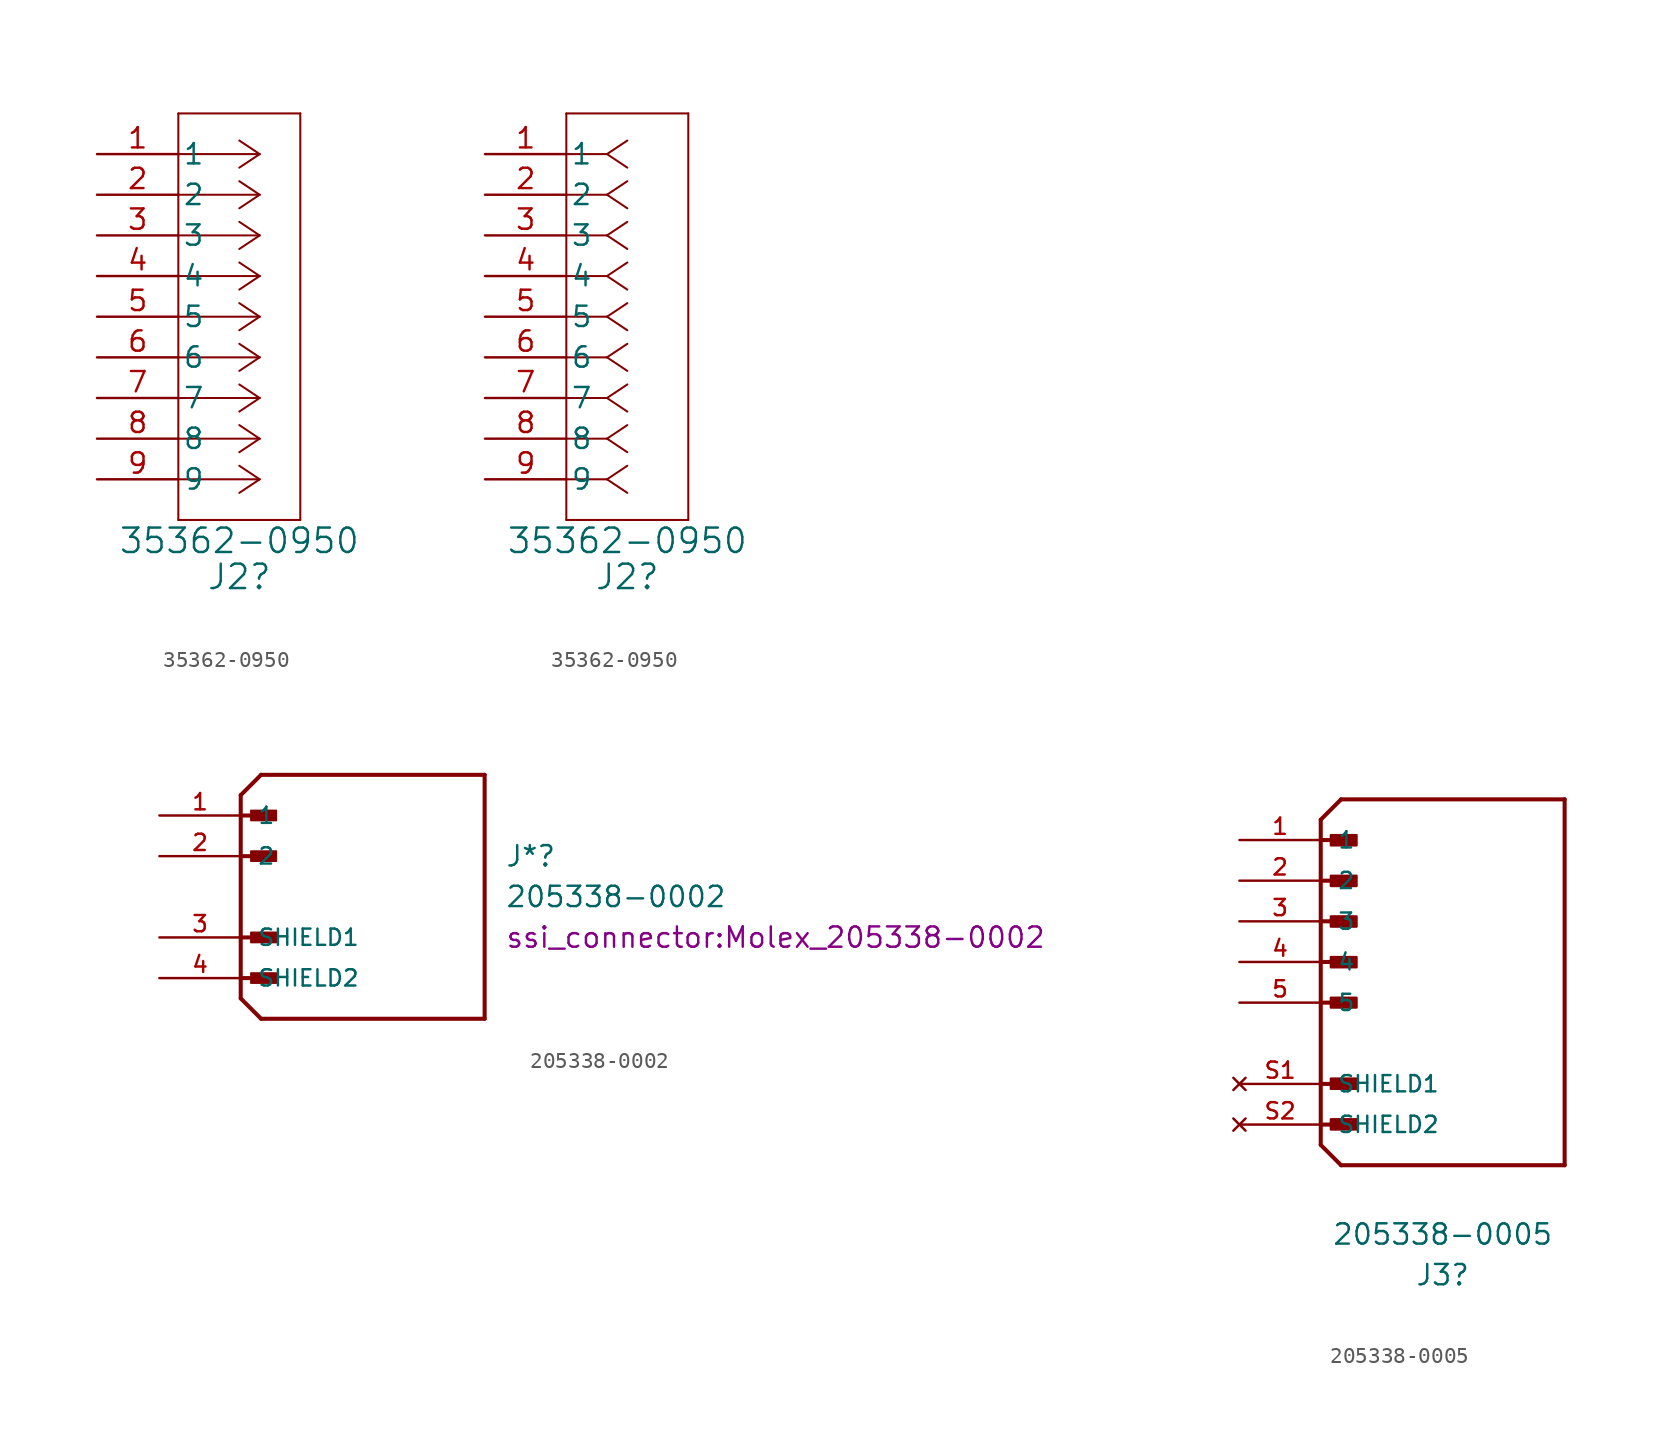
<source format=kicad_sym>
(kicad_symbol_lib
  (version 20241209)
  (generator "kicad_symbol_editor")
  (generator_version "9.0")
  (symbol "35362-0950"
    (pin_names
      (offset 0.254))
    (property "Reference" "J2"
      (at 8.89 -26.416 0)
      (effects (font (size 1.524 1.524))))
    (property "Value" "35362-0950"
      (at 8.89 -24.162 0)
      (effects (font (size 1.524 1.524))))
    (symbol "35362-0950_1_1"
      (polyline (pts (xy 5.08 2.54) (xy 5.08 -22.86)) (stroke (width 0.127) (type default)) (fill (type none)))
      (polyline (pts (xy 5.08 -22.86) (xy 12.7 -22.86)) (stroke (width 0.127) (type default)) (fill (type none)))
      (polyline (pts (xy 10.16 0) (xy 5.08 0)) (stroke (width 0.127) (type default)) (fill (type none)))
      (polyline (pts (xy 10.16 0) (xy 8.89 0.847)) (stroke (width 0.127) (type default)) (fill (type none)))
      (polyline (pts (xy 10.16 0) (xy 8.89 -0.847)) (stroke (width 0.127) (type default)) (fill (type none)))
      (polyline (pts (xy 10.16 -2.54) (xy 5.08 -2.54)) (stroke (width 0.127) (type default)) (fill (type none)))
      (polyline (pts (xy 10.16 -2.54) (xy 8.89 -1.693)) (stroke (width 0.127) (type default)) (fill (type none)))
      (polyline (pts (xy 10.16 -2.54) (xy 8.89 -3.387)) (stroke (width 0.127) (type default)) (fill (type none)))
      (polyline (pts (xy 10.16 -5.08) (xy 5.08 -5.08)) (stroke (width 0.127) (type default)) (fill (type none)))
      (polyline (pts (xy 10.16 -5.08) (xy 8.89 -4.233)) (stroke (width 0.127) (type default)) (fill (type none)))
      (polyline (pts (xy 10.16 -5.08) (xy 8.89 -5.927)) (stroke (width 0.127) (type default)) (fill (type none)))
      (polyline (pts (xy 10.16 -7.62) (xy 5.08 -7.62)) (stroke (width 0.127) (type default)) (fill (type none)))
      (polyline (pts (xy 10.16 -7.62) (xy 8.89 -6.773)) (stroke (width 0.127) (type default)) (fill (type none)))
      (polyline (pts (xy 10.16 -7.62) (xy 8.89 -8.467)) (stroke (width 0.127) (type default)) (fill (type none)))
      (polyline (pts (xy 10.16 -10.16) (xy 5.08 -10.16)) (stroke (width 0.127) (type default)) (fill (type none)))
      (polyline (pts (xy 10.16 -10.16) (xy 8.89 -9.313)) (stroke (width 0.127) (type default)) (fill (type none)))
      (polyline (pts (xy 10.16 -10.16) (xy 8.89 -11.007)) (stroke (width 0.127) (type default)) (fill (type none)))
      (polyline (pts (xy 10.16 -12.7) (xy 5.08 -12.7)) (stroke (width 0.127) (type default)) (fill (type none)))
      (polyline (pts (xy 10.16 -12.7) (xy 8.89 -11.853)) (stroke (width 0.127) (type default)) (fill (type none)))
      (polyline (pts (xy 10.16 -12.7) (xy 8.89 -13.547)) (stroke (width 0.127) (type default)) (fill (type none)))
      (polyline (pts (xy 10.16 -15.24) (xy 5.08 -15.24)) (stroke (width 0.127) (type default)) (fill (type none)))
      (polyline (pts (xy 10.16 -15.24) (xy 8.89 -14.393)) (stroke (width 0.127) (type default)) (fill (type none)))
      (polyline (pts (xy 10.16 -15.24) (xy 8.89 -16.087)) (stroke (width 0.127) (type default)) (fill (type none)))
      (polyline (pts (xy 10.16 -17.78) (xy 5.08 -17.78)) (stroke (width 0.127) (type default)) (fill (type none)))
      (polyline (pts (xy 10.16 -17.78) (xy 8.89 -16.933)) (stroke (width 0.127) (type default)) (fill (type none)))
      (polyline (pts (xy 10.16 -17.78) (xy 8.89 -18.627)) (stroke (width 0.127) (type default)) (fill (type none)))
      (polyline (pts (xy 10.16 -20.32) (xy 5.08 -20.32)) (stroke (width 0.127) (type default)) (fill (type none)))
      (polyline (pts (xy 10.16 -20.32) (xy 8.89 -19.473)) (stroke (width 0.127) (type default)) (fill (type none)))
      (polyline (pts (xy 10.16 -20.32) (xy 8.89 -21.167)) (stroke (width 0.127) (type default)) (fill (type none)))
      (polyline (pts (xy 12.7 2.54) (xy 5.08 2.54)) (stroke (width 0.127) (type default)) (fill (type none)))
      (polyline (pts (xy 12.7 -22.86) (xy 12.7 2.54)) (stroke (width 0.127) (type default)) (fill (type none)))
      (pin passive line (at 0 0 0) (length 5.08) (name "1" (effects (font (size 1.27 1.27)))) (number "1" (effects (font (size 1.27 1.27)))))
      (pin passive line (at 0 -2.54 0) (length 5.08) (name "2" (effects (font (size 1.27 1.27)))) (number "2" (effects (font (size 1.27 1.27)))))
      (pin passive line (at 0 -5.08 0) (length 5.08) (name "3" (effects (font (size 1.27 1.27)))) (number "3" (effects (font (size 1.27 1.27)))))
      (pin passive line (at 0 -7.62 0) (length 5.08) (name "4" (effects (font (size 1.27 1.27)))) (number "4" (effects (font (size 1.27 1.27)))))
      (pin passive line (at 0 -10.16 0) (length 5.08) (name "5" (effects (font (size 1.27 1.27)))) (number "5" (effects (font (size 1.27 1.27)))))
      (pin passive line (at 0 -12.7 0) (length 5.08) (name "6" (effects (font (size 1.27 1.27)))) (number "6" (effects (font (size 1.27 1.27)))))
      (pin passive line (at 0 -15.24 0) (length 5.08) (name "7" (effects (font (size 1.27 1.27)))) (number "7" (effects (font (size 1.27 1.27)))))
      (pin passive line (at 0 -17.78 0) (length 5.08) (name "8" (effects (font (size 1.27 1.27)))) (number "8" (effects (font (size 1.27 1.27)))))
      (pin passive line (at 0 -20.32 0) (length 5.08) (name "9" (effects (font (size 1.27 1.27)))) (number "9" (effects (font (size 1.27 1.27))))))
    (symbol "35362-0950_1_2"
      (polyline (pts (xy 5.08 2.54) (xy 5.08 -22.86)) (stroke (width 0.127) (type default)) (fill (type none)))
      (polyline (pts (xy 5.08 -22.86) (xy 12.7 -22.86)) (stroke (width 0.127) (type default)) (fill (type none)))
      (polyline (pts (xy 7.62 0) (xy 5.08 0)) (stroke (width 0.127) (type default)) (fill (type none)))
      (polyline (pts (xy 7.62 0) (xy 8.89 0.847)) (stroke (width 0.127) (type default)) (fill (type none)))
      (polyline (pts (xy 7.62 0) (xy 8.89 -0.847)) (stroke (width 0.127) (type default)) (fill (type none)))
      (polyline (pts (xy 7.62 -2.54) (xy 5.08 -2.54)) (stroke (width 0.127) (type default)) (fill (type none)))
      (polyline (pts (xy 7.62 -2.54) (xy 8.89 -1.693)) (stroke (width 0.127) (type default)) (fill (type none)))
      (polyline (pts (xy 7.62 -2.54) (xy 8.89 -3.387)) (stroke (width 0.127) (type default)) (fill (type none)))
      (polyline (pts (xy 7.62 -5.08) (xy 5.08 -5.08)) (stroke (width 0.127) (type default)) (fill (type none)))
      (polyline (pts (xy 7.62 -5.08) (xy 8.89 -4.233)) (stroke (width 0.127) (type default)) (fill (type none)))
      (polyline (pts (xy 7.62 -5.08) (xy 8.89 -5.927)) (stroke (width 0.127) (type default)) (fill (type none)))
      (polyline (pts (xy 7.62 -7.62) (xy 5.08 -7.62)) (stroke (width 0.127) (type default)) (fill (type none)))
      (polyline (pts (xy 7.62 -7.62) (xy 8.89 -6.773)) (stroke (width 0.127) (type default)) (fill (type none)))
      (polyline (pts (xy 7.62 -7.62) (xy 8.89 -8.467)) (stroke (width 0.127) (type default)) (fill (type none)))
      (polyline (pts (xy 7.62 -10.16) (xy 5.08 -10.16)) (stroke (width 0.127) (type default)) (fill (type none)))
      (polyline (pts (xy 7.62 -10.16) (xy 8.89 -9.313)) (stroke (width 0.127) (type default)) (fill (type none)))
      (polyline (pts (xy 7.62 -10.16) (xy 8.89 -11.007)) (stroke (width 0.127) (type default)) (fill (type none)))
      (polyline (pts (xy 7.62 -12.7) (xy 5.08 -12.7)) (stroke (width 0.127) (type default)) (fill (type none)))
      (polyline (pts (xy 7.62 -12.7) (xy 8.89 -11.853)) (stroke (width 0.127) (type default)) (fill (type none)))
      (polyline (pts (xy 7.62 -12.7) (xy 8.89 -13.547)) (stroke (width 0.127) (type default)) (fill (type none)))
      (polyline (pts (xy 7.62 -15.24) (xy 5.08 -15.24)) (stroke (width 0.127) (type default)) (fill (type none)))
      (polyline (pts (xy 7.62 -15.24) (xy 8.89 -14.393)) (stroke (width 0.127) (type default)) (fill (type none)))
      (polyline (pts (xy 7.62 -15.24) (xy 8.89 -16.087)) (stroke (width 0.127) (type default)) (fill (type none)))
      (polyline (pts (xy 7.62 -17.78) (xy 5.08 -17.78)) (stroke (width 0.127) (type default)) (fill (type none)))
      (polyline (pts (xy 7.62 -17.78) (xy 8.89 -16.933)) (stroke (width 0.127) (type default)) (fill (type none)))
      (polyline (pts (xy 7.62 -17.78) (xy 8.89 -18.627)) (stroke (width 0.127) (type default)) (fill (type none)))
      (polyline (pts (xy 7.62 -20.32) (xy 5.08 -20.32)) (stroke (width 0.127) (type default)) (fill (type none)))
      (polyline (pts (xy 7.62 -20.32) (xy 8.89 -19.473)) (stroke (width 0.127) (type default)) (fill (type none)))
      (polyline (pts (xy 7.62 -20.32) (xy 8.89 -21.167)) (stroke (width 0.127) (type default)) (fill (type none)))
      (polyline (pts (xy 12.7 2.54) (xy 5.08 2.54)) (stroke (width 0.127) (type default)) (fill (type none)))
      (polyline (pts (xy 12.7 -22.86) (xy 12.7 2.54)) (stroke (width 0.127) (type default)) (fill (type none)))
      (pin unspecified line (at 0 0 0) (length 5.08) (name "1" (effects (font (size 1.27 1.27)))) (number "1" (effects (font (size 1.27 1.27)))))
      (pin unspecified line (at 0 -2.54 0) (length 5.08) (name "2" (effects (font (size 1.27 1.27)))) (number "2" (effects (font (size 1.27 1.27)))))
      (pin unspecified line (at 0 -5.08 0) (length 5.08) (name "3" (effects (font (size 1.27 1.27)))) (number "3" (effects (font (size 1.27 1.27)))))
      (pin unspecified line (at 0 -7.62 0) (length 5.08) (name "4" (effects (font (size 1.27 1.27)))) (number "4" (effects (font (size 1.27 1.27)))))
      (pin unspecified line (at 0 -10.16 0) (length 5.08) (name "5" (effects (font (size 1.27 1.27)))) (number "5" (effects (font (size 1.27 1.27)))))
      (pin unspecified line (at 0 -12.7 0) (length 5.08) (name "6" (effects (font (size 1.27 1.27)))) (number "6" (effects (font (size 1.27 1.27)))))
      (pin unspecified line (at 0 -15.24 0) (length 5.08) (name "7" (effects (font (size 1.27 1.27)))) (number "7" (effects (font (size 1.27 1.27)))))
      (pin unspecified line (at 0 -17.78 0) (length 5.08) (name "8" (effects (font (size 1.27 1.27)))) (number "8" (effects (font (size 1.27 1.27)))))
      (pin unspecified line (at 0 -20.32 0) (length 5.08) (name "9" (effects (font (size 1.27 1.27)))) (number "9" (effects (font (size 1.27 1.27)))))))
  (symbol "205338-0002"
    (pin_names
      (offset 1.016))
    (property "Reference" "J*"
      (at 8.89 2.54 0)
      (effects (font (size 1.27 1.27)) (justify left)))
    (property "Value" "205338-0002"
      (at 8.89 0 0)
      (effects (font (size 1.27 1.27)) (justify left)))
    (property "Footprint" "ssi_connector:Molex_205338-0002"
      (at 8.89 -2.54 0)
      (effects (font (size 1.27 1.27)) (justify left)))
    (symbol "205338-0002_0_0"
      (polyline (pts (xy -7.62 6.35) (xy -7.62 -6.35)) (stroke (width 0.254) (type default)) (fill (type none)))
      (polyline (pts (xy -7.62 6.35) (xy -6.35 7.62)) (stroke (width 0.254) (type default)) (fill (type none)))
      (polyline (pts (xy -7.62 5.08) (xy -5.715 5.08)) (stroke (width 0.254) (type default)) (fill (type none)))
      (polyline (pts (xy -7.62 2.54) (xy -5.715 2.54)) (stroke (width 0.254) (type default)) (fill (type none)))
      (polyline (pts (xy -7.62 -2.54) (xy -5.715 -2.54)) (stroke (width 0.254) (type default)) (fill (type none)))
      (polyline (pts (xy -7.62 -5.08) (xy -5.715 -5.08)) (stroke (width 0.254) (type default)) (fill (type none)))
      (polyline (pts (xy -7.62 -6.35) (xy -6.35 -7.62)) (stroke (width 0.254) (type default)) (fill (type none)))
      (rectangle (start -6.985 4.763) (end -5.397 5.397) (stroke (width 0.1) (type default)) (fill (type outline)))
      (rectangle (start -6.985 2.223) (end -5.397 2.857) (stroke (width 0.1) (type default)) (fill (type outline)))
      (rectangle (start -6.985 -2.857) (end -5.397 -2.223) (stroke (width 0.1) (type default)) (fill (type outline)))
      (rectangle (start -6.985 -5.397) (end -5.397 -4.763) (stroke (width 0.1) (type default)) (fill (type outline)))
      (polyline (pts (xy -6.35 -7.62) (xy 7.62 -7.62)) (stroke (width 0.254) (type default)) (fill (type none)))
      (polyline (pts (xy 7.62 7.62) (xy -6.35 7.62)) (stroke (width 0.254) (type default)) (fill (type none)))
      (polyline (pts (xy 7.62 -7.62) (xy 7.62 7.62)) (stroke (width 0.254) (type default)) (fill (type none)))
      (pin passive line (at -12.7 5.08 0) (length 5.08) (name "1" (effects (font (size 1.016 1.016)))) (number "1" (effects (font (size 1.016 1.016)))))
      (pin passive line (at -12.7 2.54 0) (length 5.08) (name "2" (effects (font (size 1.016 1.016)))) (number "2" (effects (font (size 1.016 1.016)))))
      (pin passive line (at -12.7 -2.54 0) (length 5.08) (name "SHIELD1" (effects (font (size 1.016 1.016)))) (number "3" (effects (font (size 1.016 1.016)))))
      (pin passive line (at -12.7 -5.08 0) (length 5.08) (name "SHIELD2" (effects (font (size 1.016 1.016)))) (number "4" (effects (font (size 1.016 1.016)))))))
  (symbol "205338-0005"
    (pin_names
      (offset 1.016))
    (property "Reference" "J3"
      (at 0 -17.018 0)
      (effects (font (size 1.27 1.27))))
    (property "Value" "205338-0005"
      (at 0 -14.478 0)
      (effects (font (size 1.27 1.27))))
    (symbol "205338-0005_0_0"
      (polyline (pts (xy -7.62 11.43) (xy -7.62 5.08)) (stroke (width 0.254) (type default)) (fill (type none)))
      (polyline (pts (xy -7.62 11.43) (xy -6.35 12.7)) (stroke (width 0.254) (type default)) (fill (type none)))
      (polyline (pts (xy -7.62 10.16) (xy -5.715 10.16)) (stroke (width 0.254) (type default)) (fill (type none)))
      (polyline (pts (xy -7.62 7.62) (xy -5.715 7.62)) (stroke (width 0.254) (type default)) (fill (type none)))
      (polyline (pts (xy -7.62 5.08) (xy -7.62 2.54)) (stroke (width 0.254) (type default)) (fill (type none)))
      (polyline (pts (xy -7.62 5.08) (xy -5.715 5.08)) (stroke (width 0.254) (type default)) (fill (type none)))
      (polyline (pts (xy -7.62 2.54) (xy -7.62 0)) (stroke (width 0.254) (type default)) (fill (type none)))
      (polyline (pts (xy -7.62 2.54) (xy -5.715 2.54)) (stroke (width 0.254) (type default)) (fill (type none)))
      (polyline (pts (xy -7.62 0) (xy -7.62 -8.89)) (stroke (width 0.254) (type default)) (fill (type none)))
      (polyline (pts (xy -7.62 0) (xy -5.715 0)) (stroke (width 0.254) (type default)) (fill (type none)))
      (polyline (pts (xy -7.62 -5.08) (xy -5.715 -5.08)) (stroke (width 0.254) (type default)) (fill (type none)))
      (polyline (pts (xy -7.62 -7.62) (xy -5.715 -7.62)) (stroke (width 0.254) (type default)) (fill (type none)))
      (polyline (pts (xy -7.62 -8.89) (xy -6.35 -10.16)) (stroke (width 0.254) (type default)) (fill (type none)))
      (rectangle (start -6.985 9.83) (end -5.385 10.465) (stroke (width 0) (type default)) (fill (type outline)))
      (rectangle (start -6.985 7.29) (end -5.385 7.925) (stroke (width 0) (type default)) (fill (type outline)))
      (rectangle (start -6.985 4.75) (end -5.385 5.385) (stroke (width 0) (type default)) (fill (type outline)))
      (rectangle (start -6.985 2.21) (end -5.385 2.845) (stroke (width 0) (type default)) (fill (type outline)))
      (rectangle (start -6.985 -0.305) (end -5.385 0.305) (stroke (width 0) (type default)) (fill (type outline)))
      (rectangle (start -6.985 -5.385) (end -5.385 -4.75) (stroke (width 0) (type default)) (fill (type outline)))
      (rectangle (start -6.985 -7.925) (end -5.385 -7.29) (stroke (width 0) (type default)) (fill (type outline)))
      (polyline (pts (xy -6.35 -10.16) (xy 7.62 -10.16)) (stroke (width 0.254) (type default)) (fill (type none)))
      (polyline (pts (xy 7.62 12.7) (xy -6.35 12.7)) (stroke (width 0.254) (type default)) (fill (type none)))
      (pin passive line (at -12.7 10.16 0) (length 5.08) (name "1" (effects (font (size 1.016 1.016)))) (number "1" (effects (font (size 1.016 1.016)))))
      (pin passive line (at -12.7 7.62 0) (length 5.08) (name "2" (effects (font (size 1.016 1.016)))) (number "2" (effects (font (size 1.016 1.016)))))
      (pin passive line (at -12.7 5.08 0) (length 5.08) (name "3" (effects (font (size 1.016 1.016)))) (number "3" (effects (font (size 1.016 1.016)))))
      (pin passive line (at -12.7 2.54 0) (length 5.08) (name "4" (effects (font (size 1.016 1.016)))) (number "4" (effects (font (size 1.016 1.016)))))
      (pin passive line (at -12.7 0 0) (length 5.08) (name "5" (effects (font (size 1.016 1.016)))) (number "5" (effects (font (size 1.016 1.016)))))
      (pin no_connect line (at -12.7 -5.08 0) (length 5.08) (name "SHIELD1" (effects (font (size 1.016 1.016)))) (number "S1" (effects (font (size 1.016 1.016)))))
      (pin no_connect line (at -12.7 -7.62 0) (length 5.08) (name "SHIELD2" (effects (font (size 1.016 1.016)))) (number "S2" (effects (font (size 1.016 1.016))))))
    (symbol "205338-0005_1_1"
      (polyline (pts (xy 7.62 12.7) (xy 7.62 -10.16)) (stroke (width 0.254) (type default)) (fill (type none))))))
</source>
